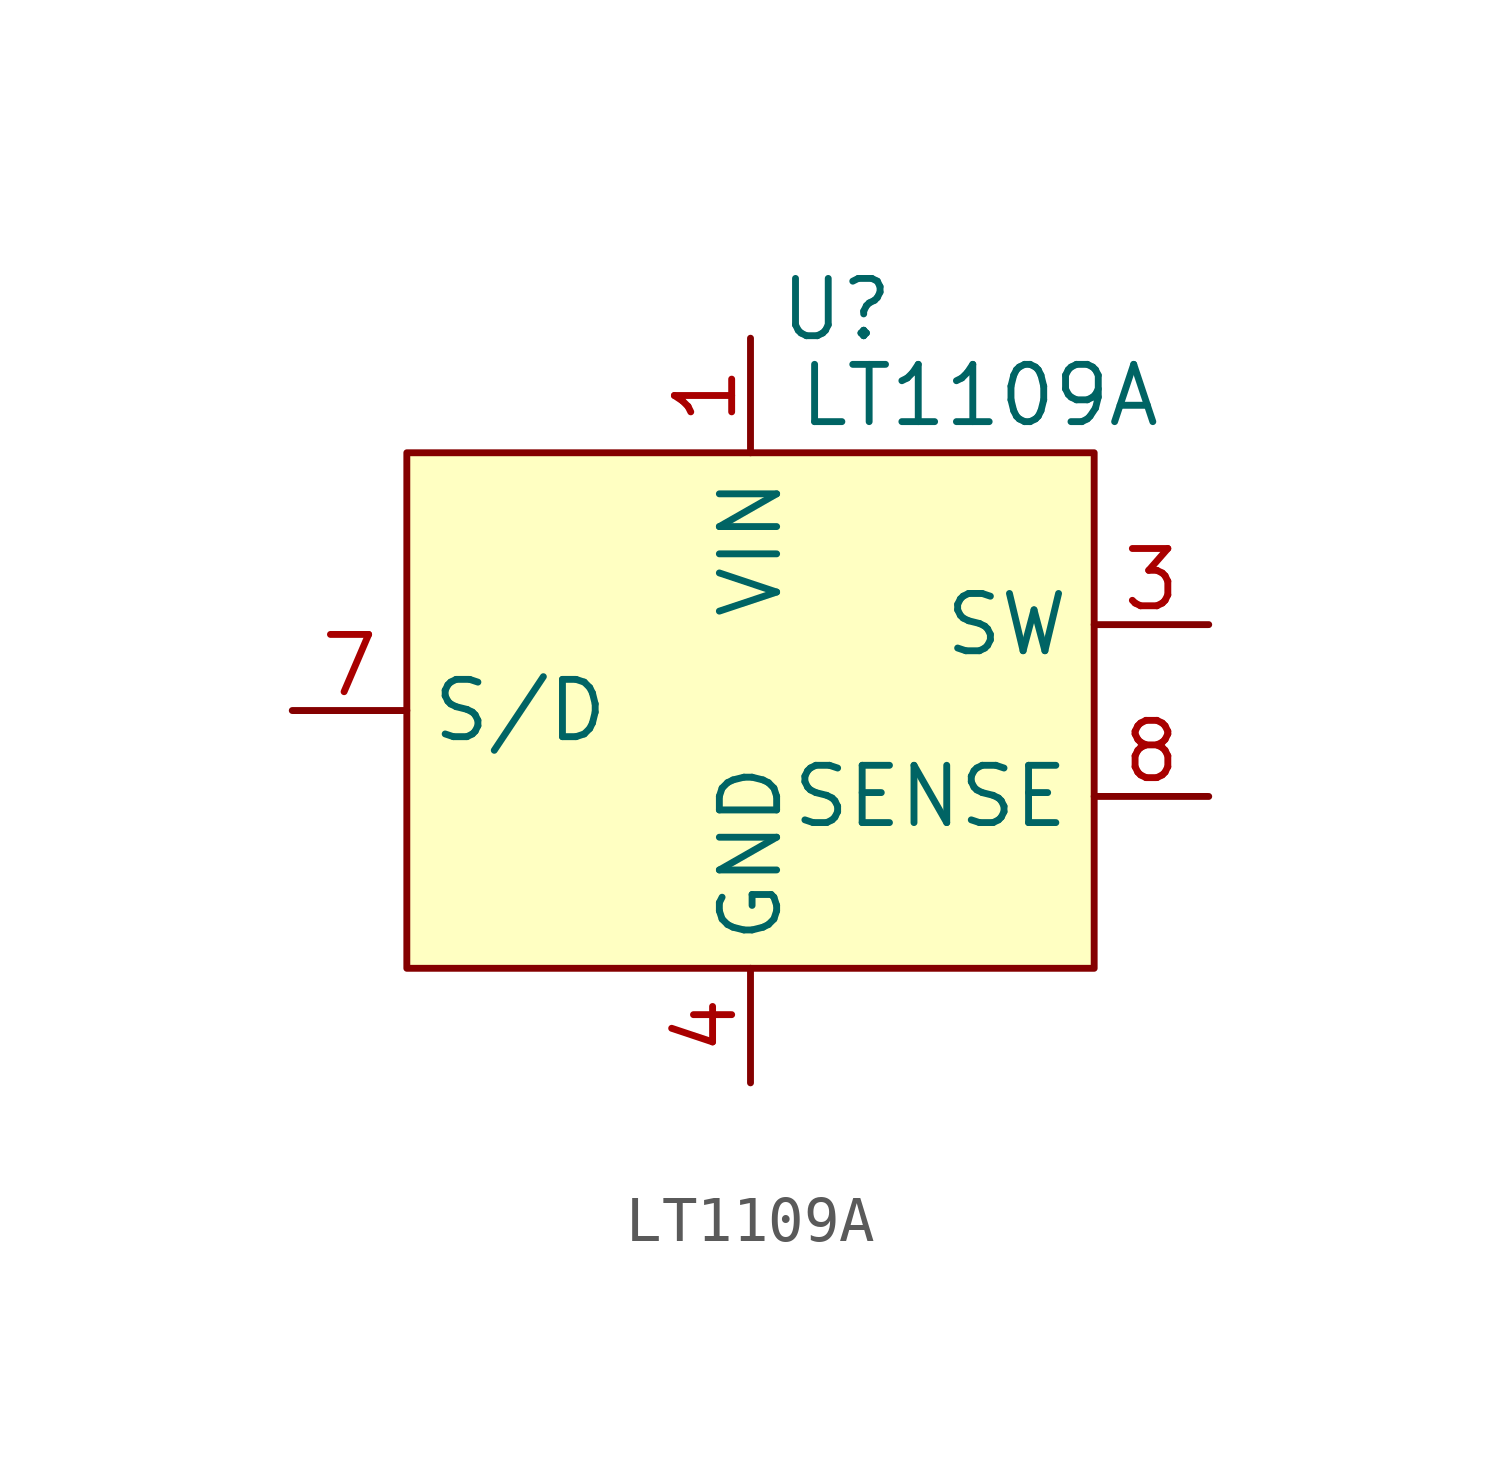
<source format=kicad_sym>
(kicad_symbol_lib
  (version 20220914)
  (generator kicad_symbol_editor)
  (symbol "LT1109A"
    (property "Reference" "U"
      (at 1.905 1.27 0)
      (effects (font (size 1.27 1.27))))
    (property "Value" "LT1109A"
      (at 5.08 -0.635 0)
      (effects (font (size 1.27 1.27))))
    (symbol "LT1109A_1_1"
      (rectangle (start -7.62 -1.905) (end 7.62 -13.335) (stroke (width 0) (type default)) (fill (type background)))
      (pin power_in line (at 0 0.635 270) (length 2.54) (name "VIN" (effects (font (size 1.27 1.27)))) (number "1" (effects (font (size 1.27 1.27)))))
      (pin input line (at 10.16 -5.715 180) (length 2.54) (name "SW" (effects (font (size 1.27 1.27)))) (number "3" (effects (font (size 1.27 1.27)))))
      (pin power_in line (at 0 -15.875 90) (length 2.54) (name "GND" (effects (font (size 1.27 1.27)))) (number "4" (effects (font (size 1.27 1.27)))))
      (pin input line (at -10.16 -7.62 0) (length 2.54) (name "S/D" (effects (font (size 1.27 1.27)))) (number "7" (effects (font (size 1.27 1.27)))))
      (pin output line (at 10.16 -9.525 180) (length 2.54) (name "SENSE" (effects (font (size 1.27 1.27)))) (number "8" (effects (font (size 1.27 1.27))))))))
</source>
